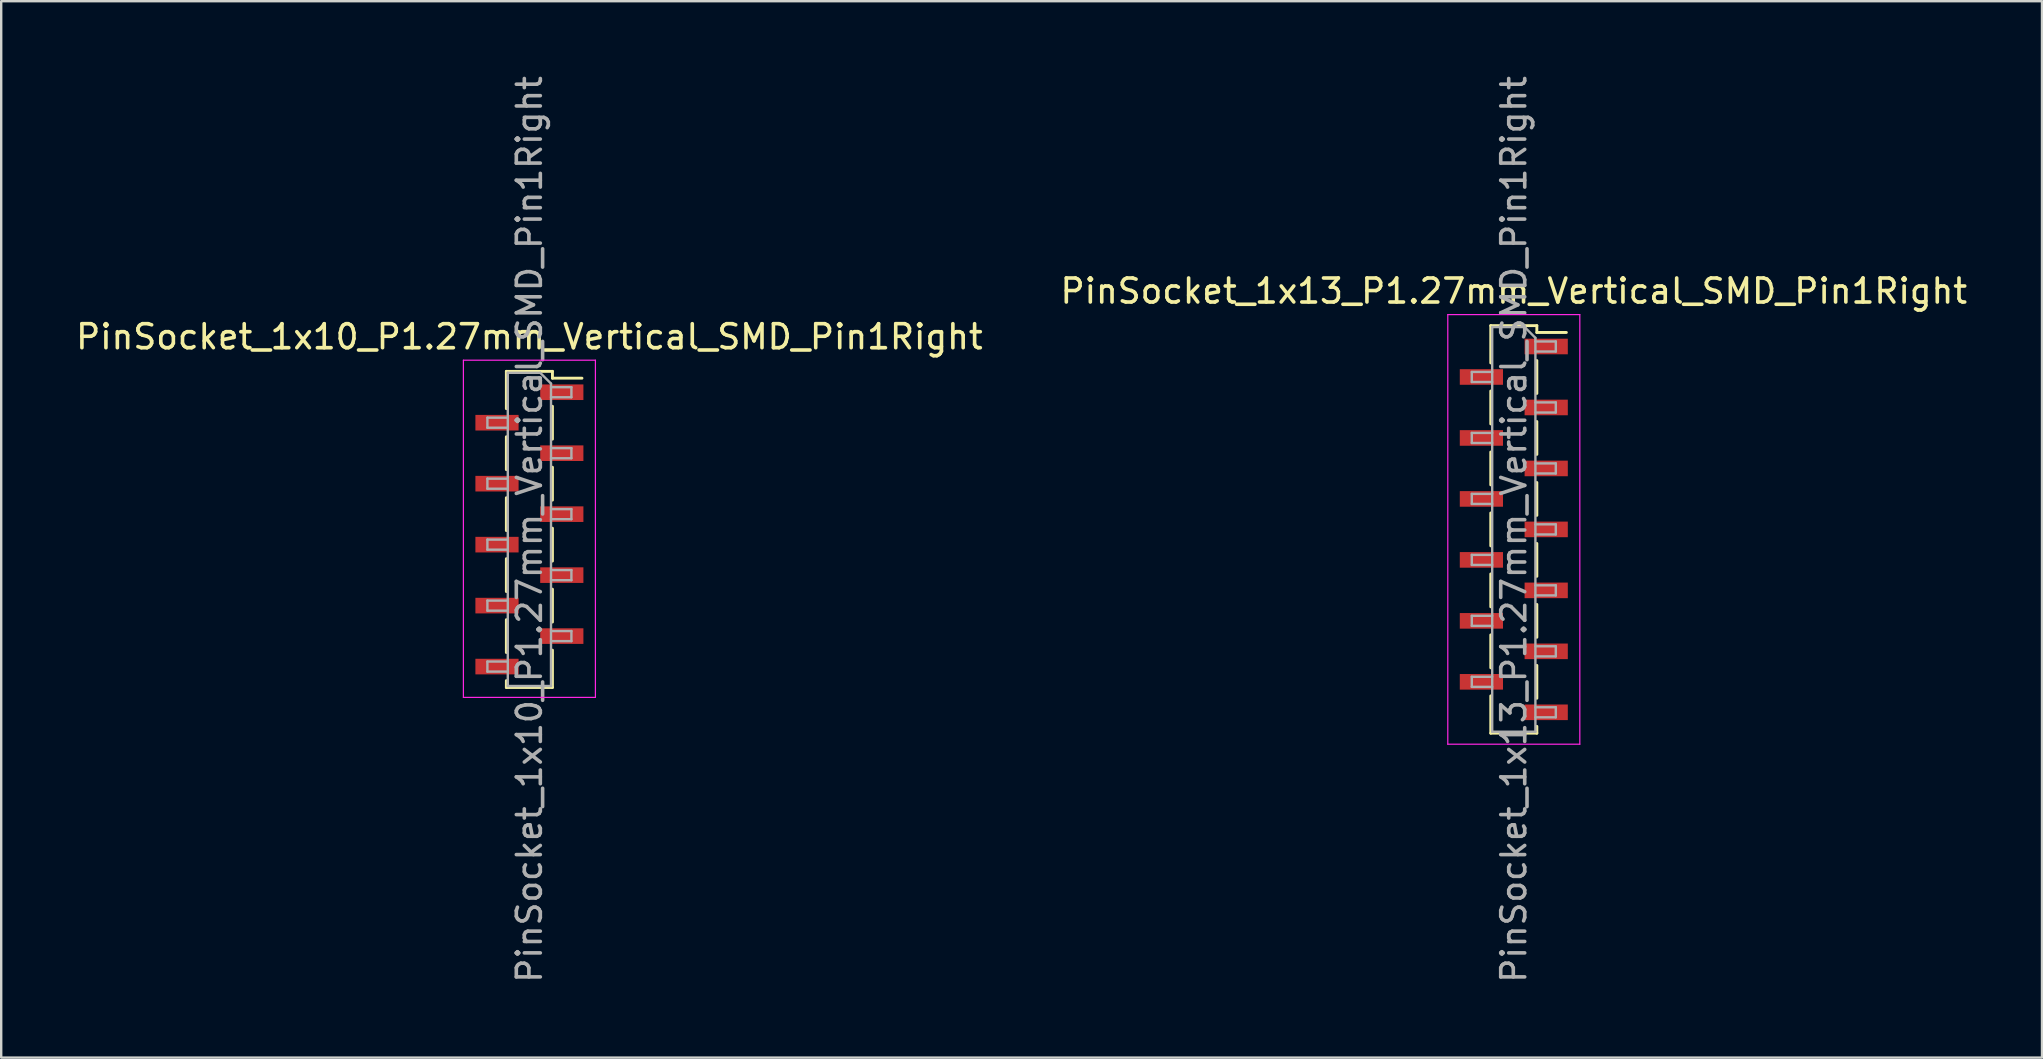
<source format=kicad_pcb>
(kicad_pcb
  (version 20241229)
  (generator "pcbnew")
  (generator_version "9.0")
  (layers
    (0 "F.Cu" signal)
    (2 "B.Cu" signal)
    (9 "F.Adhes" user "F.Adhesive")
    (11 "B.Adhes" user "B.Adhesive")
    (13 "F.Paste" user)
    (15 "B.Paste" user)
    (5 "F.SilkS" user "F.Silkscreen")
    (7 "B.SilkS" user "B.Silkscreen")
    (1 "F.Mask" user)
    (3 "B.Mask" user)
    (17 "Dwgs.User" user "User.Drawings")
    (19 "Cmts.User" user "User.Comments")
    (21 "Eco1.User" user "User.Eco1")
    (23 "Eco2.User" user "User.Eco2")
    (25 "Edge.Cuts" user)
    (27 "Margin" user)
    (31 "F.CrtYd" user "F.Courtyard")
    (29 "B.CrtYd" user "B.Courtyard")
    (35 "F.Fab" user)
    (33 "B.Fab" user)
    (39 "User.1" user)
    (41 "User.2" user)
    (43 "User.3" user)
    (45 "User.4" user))
  (footprint "PinSocket_1x10_P1.27mm_Vertical_SMD_Pin1Right"
    (layer "F.Cu")
    (at 19.006 19.006)
    (property "Reference" "PinSocket_1x10_P1.27mm_Vertical_SMD_Pin1Right" (at 0 -8.025 0) (layer "F.SilkS") (effects (font (size 1 1) (thickness 0.15))))
    (attr smd)
    (fp_line (start -0.96 -6.585) (end -0.96 -5.03) (stroke (width 0.12) (type solid)) (layer "F.SilkS"))
    (fp_line (start -0.96 -6.585) (end 0.96 -6.585) (stroke (width 0.12) (type solid)) (layer "F.SilkS"))
    (fp_line (start -0.96 -3.86) (end -0.96 -2.49) (stroke (width 0.12) (type solid)) (layer "F.SilkS"))
    (fp_line (start -0.96 -1.32) (end -0.96 0.05) (stroke (width 0.12) (type solid)) (layer "F.SilkS"))
    (fp_line (start -0.96 1.22) (end -0.96 2.59) (stroke (width 0.12) (type solid)) (layer "F.SilkS"))
    (fp_line (start -0.96 3.76) (end -0.96 5.13) (stroke (width 0.12) (type solid)) (layer "F.SilkS"))
    (fp_line (start -0.96 6.3) (end -0.96 6.585) (stroke (width 0.12) (type solid)) (layer "F.SilkS"))
    (fp_line (start -0.96 6.585) (end 0.96 6.585) (stroke (width 0.12) (type solid)) (layer "F.SilkS"))
    (fp_line (start 0.96 -6.585) (end 0.96 -6.3) (stroke (width 0.12) (type solid)) (layer "F.SilkS"))
    (fp_line (start 0.96 -6.3) (end 2.19 -6.3) (stroke (width 0.12) (type solid)) (layer "F.SilkS"))
    (fp_line (start 0.96 -5.13) (end 0.96 -3.76) (stroke (width 0.12) (type solid)) (layer "F.SilkS"))
    (fp_line (start 0.96 -2.59) (end 0.96 -1.22) (stroke (width 0.12) (type solid)) (layer "F.SilkS"))
    (fp_line (start 0.96 -0.05) (end 0.96 1.32) (stroke (width 0.12) (type solid)) (layer "F.SilkS"))
    (fp_line (start 0.96 2.49) (end 0.96 3.86) (stroke (width 0.12) (type solid)) (layer "F.SilkS"))
    (fp_line (start 0.96 5.03) (end 0.96 6.585) (stroke (width 0.12) (type solid)) (layer "F.SilkS"))
    (fp_line (start -2.75 -7.05) (end 2.75 -7.05) (stroke (width 0.05) (type solid)) (layer "F.CrtYd"))
    (fp_line (start -2.75 7) (end -2.75 -7.05) (stroke (width 0.05) (type solid)) (layer "F.CrtYd"))
    (fp_line (start 2.75 -7.05) (end 2.75 7) (stroke (width 0.05) (type solid)) (layer "F.CrtYd"))
    (fp_line (start 2.75 7) (end -2.75 7) (stroke (width 0.05) (type solid)) (layer "F.CrtYd"))
    (fp_line (start -1.75 -4.655) (end -0.9 -4.655) (stroke (width 0.1) (type solid)) (layer "F.Fab"))
    (fp_line (start -1.75 -4.235) (end -1.75 -4.655) (stroke (width 0.1) (type solid)) (layer "F.Fab"))
    (fp_line (start -1.75 -2.115) (end -0.9 -2.115) (stroke (width 0.1) (type solid)) (layer "F.Fab"))
    (fp_line (start -1.75 -1.695) (end -1.75 -2.115) (stroke (width 0.1) (type solid)) (layer "F.Fab"))
    (fp_line (start -1.75 0.425) (end -0.9 0.425) (stroke (width 0.1) (type solid)) (layer "F.Fab"))
    (fp_line (start -1.75 0.845) (end -1.75 0.425) (stroke (width 0.1) (type solid)) (layer "F.Fab"))
    (fp_line (start -1.75 2.965) (end -0.9 2.965) (stroke (width 0.1) (type solid)) (layer "F.Fab"))
    (fp_line (start -1.75 3.385) (end -1.75 2.965) (stroke (width 0.1) (type solid)) (layer "F.Fab"))
    (fp_line (start -1.75 5.505) (end -0.9 5.505) (stroke (width 0.1) (type solid)) (layer "F.Fab"))
    (fp_line (start -1.75 5.925) (end -1.75 5.505) (stroke (width 0.1) (type solid)) (layer "F.Fab"))
    (fp_line (start -0.9 -6.525) (end 0.45 -6.525) (stroke (width 0.1) (type solid)) (layer "F.Fab"))
    (fp_line (start -0.9 -4.235) (end -1.75 -4.235) (stroke (width 0.1) (type solid)) (layer "F.Fab"))
    (fp_line (start -0.9 -1.695) (end -1.75 -1.695) (stroke (width 0.1) (type solid)) (layer "F.Fab"))
    (fp_line (start -0.9 0.845) (end -1.75 0.845) (stroke (width 0.1) (type solid)) (layer "F.Fab"))
    (fp_line (start -0.9 3.385) (end -1.75 3.385) (stroke (width 0.1) (type solid)) (layer "F.Fab"))
    (fp_line (start -0.9 5.925) (end -1.75 5.925) (stroke (width 0.1) (type solid)) (layer "F.Fab"))
    (fp_line (start -0.9 6.525) (end -0.9 -6.525) (stroke (width 0.1) (type solid)) (layer "F.Fab"))
    (fp_line (start 0.45 -6.525) (end 0.9 -6.075) (stroke (width 0.1) (type solid)) (layer "F.Fab"))
    (fp_line (start 0.9 -6.075) (end 0.9 6.525) (stroke (width 0.1) (type solid)) (layer "F.Fab"))
    (fp_line (start 0.9 -5.925) (end 1.75 -5.925) (stroke (width 0.1) (type solid)) (layer "F.Fab"))
    (fp_line (start 0.9 -3.385) (end 1.75 -3.385) (stroke (width 0.1) (type solid)) (layer "F.Fab"))
    (fp_line (start 0.9 -0.845) (end 1.75 -0.845) (stroke (width 0.1) (type solid)) (layer "F.Fab"))
    (fp_line (start 0.9 1.695) (end 1.75 1.695) (stroke (width 0.1) (type solid)) (layer "F.Fab"))
    (fp_line (start 0.9 4.235) (end 1.75 4.235) (stroke (width 0.1) (type solid)) (layer "F.Fab"))
    (fp_line (start 0.9 6.525) (end -0.9 6.525) (stroke (width 0.1) (type solid)) (layer "F.Fab"))
    (fp_line (start 1.75 -5.925) (end 1.75 -5.505) (stroke (width 0.1) (type solid)) (layer "F.Fab"))
    (fp_line (start 1.75 -5.505) (end 0.9 -5.505) (stroke (width 0.1) (type solid)) (layer "F.Fab"))
    (fp_line (start 1.75 -3.385) (end 1.75 -2.965) (stroke (width 0.1) (type solid)) (layer "F.Fab"))
    (fp_line (start 1.75 -2.965) (end 0.9 -2.965) (stroke (width 0.1) (type solid)) (layer "F.Fab"))
    (fp_line (start 1.75 -0.845) (end 1.75 -0.425) (stroke (width 0.1) (type solid)) (layer "F.Fab"))
    (fp_line (start 1.75 -0.425) (end 0.9 -0.425) (stroke (width 0.1) (type solid)) (layer "F.Fab"))
    (fp_line (start 1.75 1.695) (end 1.75 2.115) (stroke (width 0.1) (type solid)) (layer "F.Fab"))
    (fp_line (start 1.75 2.115) (end 0.9 2.115) (stroke (width 0.1) (type solid)) (layer "F.Fab"))
    (fp_line (start 1.75 4.235) (end 1.75 4.655) (stroke (width 0.1) (type solid)) (layer "F.Fab"))
    (fp_line (start 1.75 4.655) (end 0.9 4.655) (stroke (width 0.1) (type solid)) (layer "F.Fab"))
    (fp_text user "${REFERENCE}" (at 0 0 90) (layer "F.Fab") (effects (font (size 1 1) (thickness 0.15))))
    (pad "1" smd rect (at 1.35 -5.715) (size 1.8 0.65) (layers "F.Cu" "F.Mask" "F.Paste"))
    (pad "2" smd rect (at -1.35 -4.445) (size 1.8 0.65) (layers "F.Cu" "F.Mask" "F.Paste"))
    (pad "3" smd rect (at 1.35 -3.175) (size 1.8 0.65) (layers "F.Cu" "F.Mask" "F.Paste"))
    (pad "4" smd rect (at -1.35 -1.905) (size 1.8 0.65) (layers "F.Cu" "F.Mask" "F.Paste"))
    (pad "5" smd rect (at 1.35 -0.635) (size 1.8 0.65) (layers "F.Cu" "F.Mask" "F.Paste"))
    (pad "6" smd rect (at -1.35 0.635) (size 1.8 0.65) (layers "F.Cu" "F.Mask" "F.Paste"))
    (pad "7" smd rect (at 1.35 1.905) (size 1.8 0.65) (layers "F.Cu" "F.Mask" "F.Paste"))
    (pad "8" smd rect (at -1.35 3.175) (size 1.8 0.65) (layers "F.Cu" "F.Mask" "F.Paste"))
    (pad "9" smd rect (at 1.35 4.445) (size 1.8 0.65) (layers "F.Cu" "F.Mask" "F.Paste"))
    (pad "10" smd rect (at -1.35 5.715) (size 1.8 0.65) (layers "F.Cu" "F.Mask" "F.Paste")))
  (footprint "PinSocket_1x13_P1.27mm_Vertical_SMD_Pin1Right"
    (layer "F.Cu")
    (at 60.018 19.006)
    (property "Reference" "PinSocket_1x13_P1.27mm_Vertical_SMD_Pin1Right" (at 0 -9.93 0) (layer "F.SilkS") (effects (font (size 1 1) (thickness 0.15))))
    (attr smd)
    (fp_line (start -0.96 -8.49) (end -0.96 -6.935) (stroke (width 0.12) (type solid)) (layer "F.SilkS"))
    (fp_line (start -0.96 -8.49) (end 0.96 -8.49) (stroke (width 0.12) (type solid)) (layer "F.SilkS"))
    (fp_line (start -0.96 -5.765) (end -0.96 -4.395) (stroke (width 0.12) (type solid)) (layer "F.SilkS"))
    (fp_line (start -0.96 -3.225) (end -0.96 -1.855) (stroke (width 0.12) (type solid)) (layer "F.SilkS"))
    (fp_line (start -0.96 -0.685) (end -0.96 0.685) (stroke (width 0.12) (type solid)) (layer "F.SilkS"))
    (fp_line (start -0.96 1.855) (end -0.96 3.225) (stroke (width 0.12) (type solid)) (layer "F.SilkS"))
    (fp_line (start -0.96 4.395) (end -0.96 5.765) (stroke (width 0.12) (type solid)) (layer "F.SilkS"))
    (fp_line (start -0.96 6.935) (end -0.96 8.49) (stroke (width 0.12) (type solid)) (layer "F.SilkS"))
    (fp_line (start -0.96 8.49) (end 0.96 8.49) (stroke (width 0.12) (type solid)) (layer "F.SilkS"))
    (fp_line (start 0.96 -8.49) (end 0.96 -8.205) (stroke (width 0.12) (type solid)) (layer "F.SilkS"))
    (fp_line (start 0.96 -8.205) (end 2.19 -8.205) (stroke (width 0.12) (type solid)) (layer "F.SilkS"))
    (fp_line (start 0.96 -7.035) (end 0.96 -5.665) (stroke (width 0.12) (type solid)) (layer "F.SilkS"))
    (fp_line (start 0.96 -4.495) (end 0.96 -3.125) (stroke (width 0.12) (type solid)) (layer "F.SilkS"))
    (fp_line (start 0.96 -1.955) (end 0.96 -0.585) (stroke (width 0.12) (type solid)) (layer "F.SilkS"))
    (fp_line (start 0.96 0.585) (end 0.96 1.955) (stroke (width 0.12) (type solid)) (layer "F.SilkS"))
    (fp_line (start 0.96 3.125) (end 0.96 4.495) (stroke (width 0.12) (type solid)) (layer "F.SilkS"))
    (fp_line (start 0.96 5.665) (end 0.96 7.035) (stroke (width 0.12) (type solid)) (layer "F.SilkS"))
    (fp_line (start 0.96 8.205) (end 0.96 8.49) (stroke (width 0.12) (type solid)) (layer "F.SilkS"))
    (fp_line (start -2.75 -8.95) (end 2.75 -8.95) (stroke (width 0.05) (type solid)) (layer "F.CrtYd"))
    (fp_line (start -2.75 8.95) (end -2.75 -8.95) (stroke (width 0.05) (type solid)) (layer "F.CrtYd"))
    (fp_line (start 2.75 -8.95) (end 2.75 8.95) (stroke (width 0.05) (type solid)) (layer "F.CrtYd"))
    (fp_line (start 2.75 8.95) (end -2.75 8.95) (stroke (width 0.05) (type solid)) (layer "F.CrtYd"))
    (fp_line (start -1.75 -6.56) (end -0.9 -6.56) (stroke (width 0.1) (type solid)) (layer "F.Fab"))
    (fp_line (start -1.75 -6.14) (end -1.75 -6.56) (stroke (width 0.1) (type solid)) (layer "F.Fab"))
    (fp_line (start -1.75 -4.02) (end -0.9 -4.02) (stroke (width 0.1) (type solid)) (layer "F.Fab"))
    (fp_line (start -1.75 -3.6) (end -1.75 -4.02) (stroke (width 0.1) (type solid)) (layer "F.Fab"))
    (fp_line (start -1.75 -1.48) (end -0.9 -1.48) (stroke (width 0.1) (type solid)) (layer "F.Fab"))
    (fp_line (start -1.75 -1.06) (end -1.75 -1.48) (stroke (width 0.1) (type solid)) (layer "F.Fab"))
    (fp_line (start -1.75 1.06) (end -0.9 1.06) (stroke (width 0.1) (type solid)) (layer "F.Fab"))
    (fp_line (start -1.75 1.48) (end -1.75 1.06) (stroke (width 0.1) (type solid)) (layer "F.Fab"))
    (fp_line (start -1.75 3.6) (end -0.9 3.6) (stroke (width 0.1) (type solid)) (layer "F.Fab"))
    (fp_line (start -1.75 4.02) (end -1.75 3.6) (stroke (width 0.1) (type solid)) (layer "F.Fab"))
    (fp_line (start -1.75 6.14) (end -0.9 6.14) (stroke (width 0.1) (type solid)) (layer "F.Fab"))
    (fp_line (start -1.75 6.56) (end -1.75 6.14) (stroke (width 0.1) (type solid)) (layer "F.Fab"))
    (fp_line (start -0.9 -8.43) (end 0.45 -8.43) (stroke (width 0.1) (type solid)) (layer "F.Fab"))
    (fp_line (start -0.9 -6.14) (end -1.75 -6.14) (stroke (width 0.1) (type solid)) (layer "F.Fab"))
    (fp_line (start -0.9 -3.6) (end -1.75 -3.6) (stroke (width 0.1) (type solid)) (layer "F.Fab"))
    (fp_line (start -0.9 -1.06) (end -1.75 -1.06) (stroke (width 0.1) (type solid)) (layer "F.Fab"))
    (fp_line (start -0.9 1.48) (end -1.75 1.48) (stroke (width 0.1) (type solid)) (layer "F.Fab"))
    (fp_line (start -0.9 4.02) (end -1.75 4.02) (stroke (width 0.1) (type solid)) (layer "F.Fab"))
    (fp_line (start -0.9 6.56) (end -1.75 6.56) (stroke (width 0.1) (type solid)) (layer "F.Fab"))
    (fp_line (start -0.9 8.43) (end -0.9 -8.43) (stroke (width 0.1) (type solid)) (layer "F.Fab"))
    (fp_line (start 0.45 -8.43) (end 0.9 -7.98) (stroke (width 0.1) (type solid)) (layer "F.Fab"))
    (fp_line (start 0.9 -7.98) (end 0.9 8.43) (stroke (width 0.1) (type solid)) (layer "F.Fab"))
    (fp_line (start 0.9 -7.83) (end 1.75 -7.83) (stroke (width 0.1) (type solid)) (layer "F.Fab"))
    (fp_line (start 0.9 -5.29) (end 1.75 -5.29) (stroke (width 0.1) (type solid)) (layer "F.Fab"))
    (fp_line (start 0.9 -2.75) (end 1.75 -2.75) (stroke (width 0.1) (type solid)) (layer "F.Fab"))
    (fp_line (start 0.9 -0.21) (end 1.75 -0.21) (stroke (width 0.1) (type solid)) (layer "F.Fab"))
    (fp_line (start 0.9 2.33) (end 1.75 2.33) (stroke (width 0.1) (type solid)) (layer "F.Fab"))
    (fp_line (start 0.9 4.87) (end 1.75 4.87) (stroke (width 0.1) (type solid)) (layer "F.Fab"))
    (fp_line (start 0.9 7.41) (end 1.75 7.41) (stroke (width 0.1) (type solid)) (layer "F.Fab"))
    (fp_line (start 0.9 8.43) (end -0.9 8.43) (stroke (width 0.1) (type solid)) (layer "F.Fab"))
    (fp_line (start 1.75 -7.83) (end 1.75 -7.41) (stroke (width 0.1) (type solid)) (layer "F.Fab"))
    (fp_line (start 1.75 -7.41) (end 0.9 -7.41) (stroke (width 0.1) (type solid)) (layer "F.Fab"))
    (fp_line (start 1.75 -5.29) (end 1.75 -4.87) (stroke (width 0.1) (type solid)) (layer "F.Fab"))
    (fp_line (start 1.75 -4.87) (end 0.9 -4.87) (stroke (width 0.1) (type solid)) (layer "F.Fab"))
    (fp_line (start 1.75 -2.75) (end 1.75 -2.33) (stroke (width 0.1) (type solid)) (layer "F.Fab"))
    (fp_line (start 1.75 -2.33) (end 0.9 -2.33) (stroke (width 0.1) (type solid)) (layer "F.Fab"))
    (fp_line (start 1.75 -0.21) (end 1.75 0.21) (stroke (width 0.1) (type solid)) (layer "F.Fab"))
    (fp_line (start 1.75 0.21) (end 0.9 0.21) (stroke (width 0.1) (type solid)) (layer "F.Fab"))
    (fp_line (start 1.75 2.33) (end 1.75 2.75) (stroke (width 0.1) (type solid)) (layer "F.Fab"))
    (fp_line (start 1.75 2.75) (end 0.9 2.75) (stroke (width 0.1) (type solid)) (layer "F.Fab"))
    (fp_line (start 1.75 4.87) (end 1.75 5.29) (stroke (width 0.1) (type solid)) (layer "F.Fab"))
    (fp_line (start 1.75 5.29) (end 0.9 5.29) (stroke (width 0.1) (type solid)) (layer "F.Fab"))
    (fp_line (start 1.75 7.41) (end 1.75 7.83) (stroke (width 0.1) (type solid)) (layer "F.Fab"))
    (fp_line (start 1.75 7.83) (end 0.9 7.83) (stroke (width 0.1) (type solid)) (layer "F.Fab"))
    (fp_text user "${REFERENCE}" (at 0 0 90) (layer "F.Fab") (effects (font (size 1 1) (thickness 0.15))))
    (pad "1" smd rect (at 1.35 -7.62) (size 1.8 0.65) (layers "F.Cu" "F.Mask" "F.Paste"))
    (pad "2" smd rect (at -1.35 -6.35) (size 1.8 0.65) (layers "F.Cu" "F.Mask" "F.Paste"))
    (pad "3" smd rect (at 1.35 -5.08) (size 1.8 0.65) (layers "F.Cu" "F.Mask" "F.Paste"))
    (pad "4" smd rect (at -1.35 -3.81) (size 1.8 0.65) (layers "F.Cu" "F.Mask" "F.Paste"))
    (pad "5" smd rect (at 1.35 -2.54) (size 1.8 0.65) (layers "F.Cu" "F.Mask" "F.Paste"))
    (pad "6" smd rect (at -1.35 -1.27) (size 1.8 0.65) (layers "F.Cu" "F.Mask" "F.Paste"))
    (pad "7" smd rect (at 1.35 0) (size 1.8 0.65) (layers "F.Cu" "F.Mask" "F.Paste"))
    (pad "8" smd rect (at -1.35 1.27) (size 1.8 0.65) (layers "F.Cu" "F.Mask" "F.Paste"))
    (pad "9" smd rect (at 1.35 2.54) (size 1.8 0.65) (layers "F.Cu" "F.Mask" "F.Paste"))
    (pad "10" smd rect (at -1.35 3.81) (size 1.8 0.65) (layers "F.Cu" "F.Mask" "F.Paste"))
    (pad "11" smd rect (at 1.35 5.08) (size 1.8 0.65) (layers "F.Cu" "F.Mask" "F.Paste"))
    (pad "12" smd rect (at -1.35 6.35) (size 1.8 0.65) (layers "F.Cu" "F.Mask" "F.Paste"))
    (pad "13" smd rect (at 1.35 7.62) (size 1.8 0.65) (layers "F.Cu" "F.Mask" "F.Paste")))
  (gr_rect
    (start -3 -3)
    (end 82.024 41.012)
    (stroke (width 0.1) (type default))
    (fill no)
    (layer "Edge.Cuts")))
</source>
